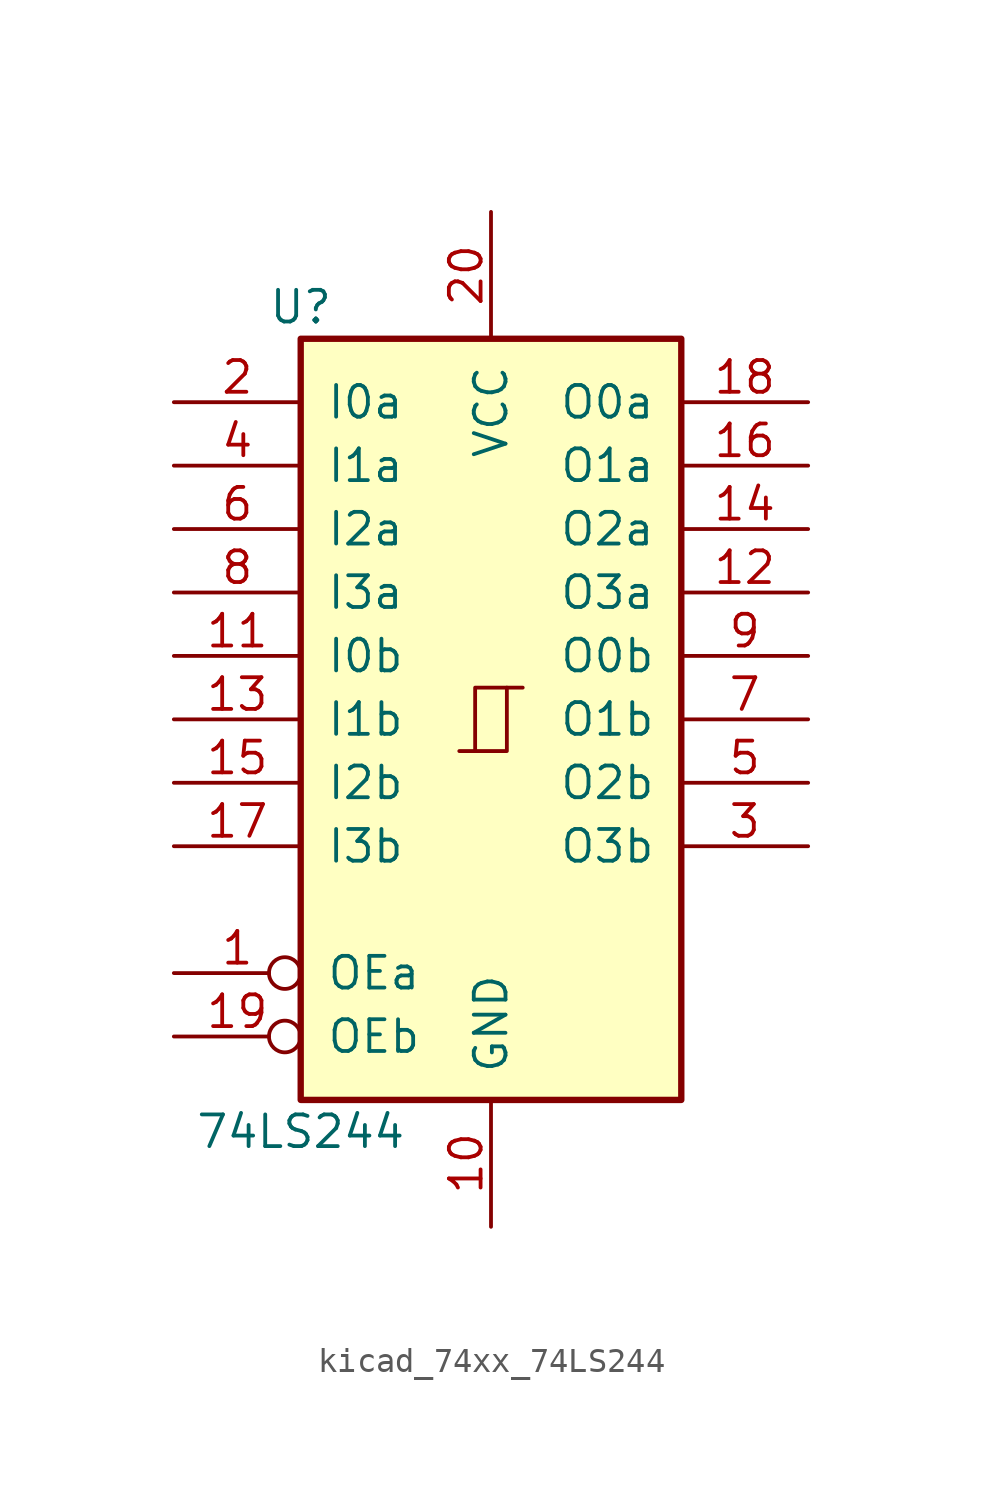
<source format=kicad_sym>
(kicad_symbol_lib
  (version 20220914)
  (generator kicad_symbol_editor)
  (symbol "kicad_74xx_74LS244"
    (pin_names
      (offset 1.016))
    (property "Reference" "U"
      (at -7.62 16.51 0)
      (effects (font (size 1.27 1.27))))
    (property "Value" "74LS244"
      (at -7.62 -16.51 0)
      (effects (font (size 1.27 1.27))))
    (symbol "kicad_74xx_74LS244_1_0"
      (polyline (pts (xy -0.635 -1.27) (xy -0.635 1.27) (xy 0.635 1.27)) (stroke (width 0) (type default)) (fill (type none)))
      (polyline (pts (xy -1.27 -1.27) (xy 0.635 -1.27) (xy 0.635 1.27) (xy 1.27 1.27)) (stroke (width 0) (type default)) (fill (type none)))
      (pin input inverted (at -12.7 -10.16 0) (length 5.08) (name "OEa" (effects (font (size 1.27 1.27)))) (number "1" (effects (font (size 1.27 1.27)))))
      (pin power_in line (at 0 -20.32 90) (length 5.08) (name "GND" (effects (font (size 1.27 1.27)))) (number "10" (effects (font (size 1.27 1.27)))))
      (pin input line (at -12.7 2.54 0) (length 5.08) (name "I0b" (effects (font (size 1.27 1.27)))) (number "11" (effects (font (size 1.27 1.27)))))
      (pin tri_state line (at 12.7 5.08 180) (length 5.08) (name "O3a" (effects (font (size 1.27 1.27)))) (number "12" (effects (font (size 1.27 1.27)))))
      (pin input line (at -12.7 0 0) (length 5.08) (name "I1b" (effects (font (size 1.27 1.27)))) (number "13" (effects (font (size 1.27 1.27)))))
      (pin tri_state line (at 12.7 7.62 180) (length 5.08) (name "O2a" (effects (font (size 1.27 1.27)))) (number "14" (effects (font (size 1.27 1.27)))))
      (pin input line (at -12.7 -2.54 0) (length 5.08) (name "I2b" (effects (font (size 1.27 1.27)))) (number "15" (effects (font (size 1.27 1.27)))))
      (pin tri_state line (at 12.7 10.16 180) (length 5.08) (name "O1a" (effects (font (size 1.27 1.27)))) (number "16" (effects (font (size 1.27 1.27)))))
      (pin input line (at -12.7 -5.08 0) (length 5.08) (name "I3b" (effects (font (size 1.27 1.27)))) (number "17" (effects (font (size 1.27 1.27)))))
      (pin tri_state line (at 12.7 12.7 180) (length 5.08) (name "O0a" (effects (font (size 1.27 1.27)))) (number "18" (effects (font (size 1.27 1.27)))))
      (pin input inverted (at -12.7 -12.7 0) (length 5.08) (name "OEb" (effects (font (size 1.27 1.27)))) (number "19" (effects (font (size 1.27 1.27)))))
      (pin input line (at -12.7 12.7 0) (length 5.08) (name "I0a" (effects (font (size 1.27 1.27)))) (number "2" (effects (font (size 1.27 1.27)))))
      (pin power_in line (at 0 20.32 270) (length 5.08) (name "VCC" (effects (font (size 1.27 1.27)))) (number "20" (effects (font (size 1.27 1.27)))))
      (pin tri_state line (at 12.7 -5.08 180) (length 5.08) (name "O3b" (effects (font (size 1.27 1.27)))) (number "3" (effects (font (size 1.27 1.27)))))
      (pin input line (at -12.7 10.16 0) (length 5.08) (name "I1a" (effects (font (size 1.27 1.27)))) (number "4" (effects (font (size 1.27 1.27)))))
      (pin tri_state line (at 12.7 -2.54 180) (length 5.08) (name "O2b" (effects (font (size 1.27 1.27)))) (number "5" (effects (font (size 1.27 1.27)))))
      (pin input line (at -12.7 7.62 0) (length 5.08) (name "I2a" (effects (font (size 1.27 1.27)))) (number "6" (effects (font (size 1.27 1.27)))))
      (pin tri_state line (at 12.7 0 180) (length 5.08) (name "O1b" (effects (font (size 1.27 1.27)))) (number "7" (effects (font (size 1.27 1.27)))))
      (pin input line (at -12.7 5.08 0) (length 5.08) (name "I3a" (effects (font (size 1.27 1.27)))) (number "8" (effects (font (size 1.27 1.27)))))
      (pin tri_state line (at 12.7 2.54 180) (length 5.08) (name "O0b" (effects (font (size 1.27 1.27)))) (number "9" (effects (font (size 1.27 1.27))))))
    (symbol "kicad_74xx_74LS244_1_1"
      (rectangle (start -7.62 15.24) (end 7.62 -15.24) (stroke (width 0.254) (type default)) (fill (type background))))))
</source>
